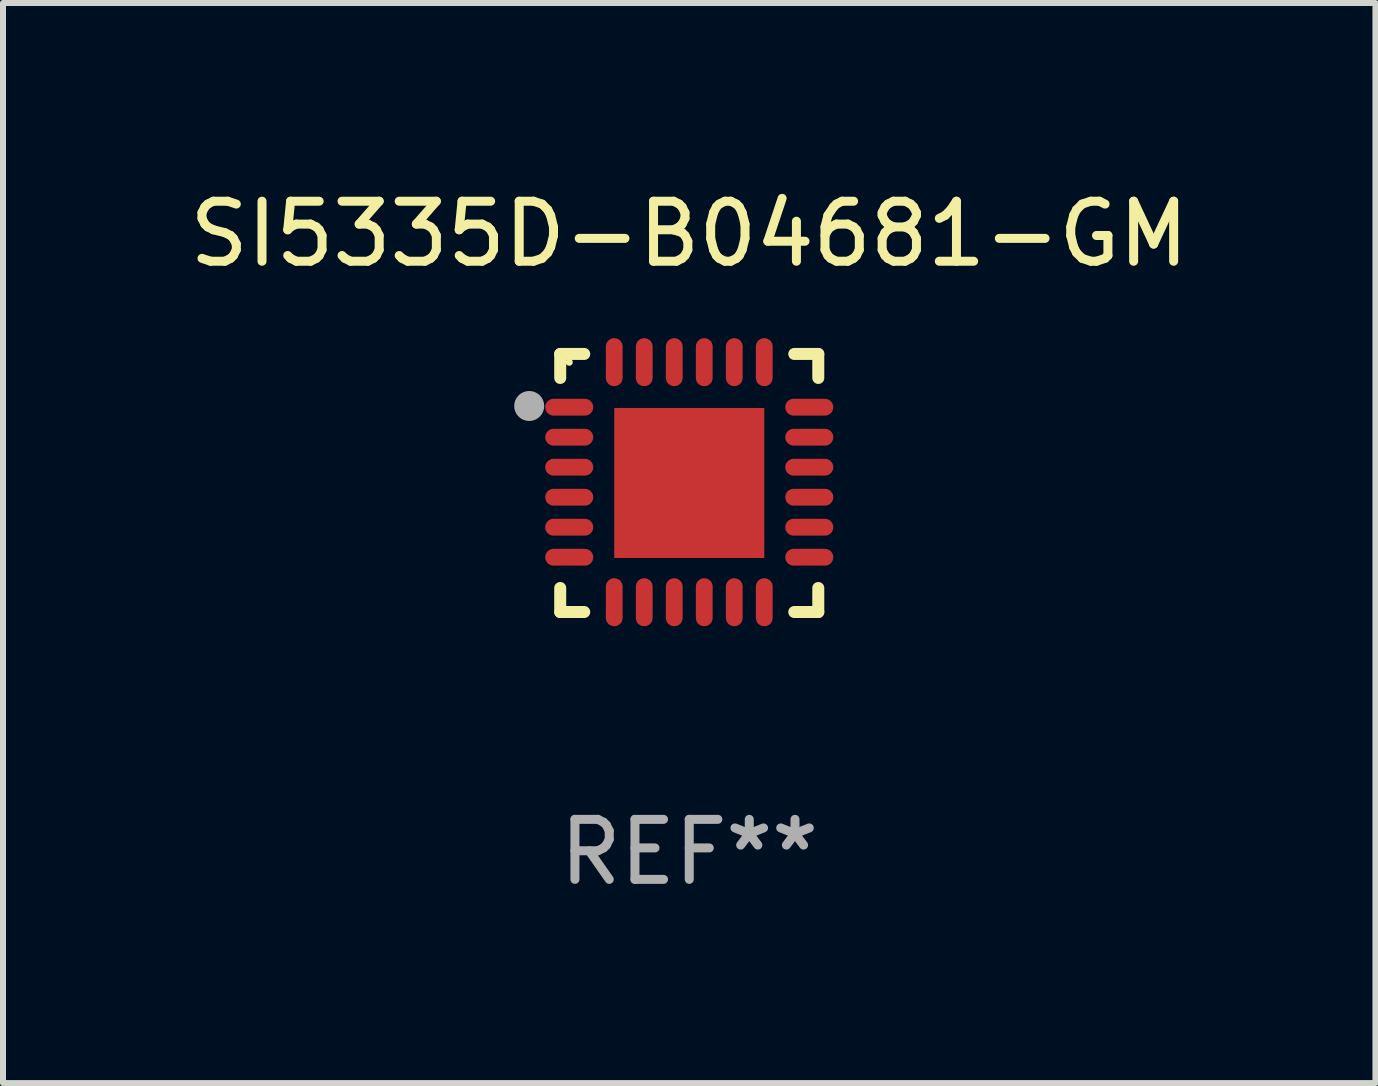
<source format=kicad_pcb>
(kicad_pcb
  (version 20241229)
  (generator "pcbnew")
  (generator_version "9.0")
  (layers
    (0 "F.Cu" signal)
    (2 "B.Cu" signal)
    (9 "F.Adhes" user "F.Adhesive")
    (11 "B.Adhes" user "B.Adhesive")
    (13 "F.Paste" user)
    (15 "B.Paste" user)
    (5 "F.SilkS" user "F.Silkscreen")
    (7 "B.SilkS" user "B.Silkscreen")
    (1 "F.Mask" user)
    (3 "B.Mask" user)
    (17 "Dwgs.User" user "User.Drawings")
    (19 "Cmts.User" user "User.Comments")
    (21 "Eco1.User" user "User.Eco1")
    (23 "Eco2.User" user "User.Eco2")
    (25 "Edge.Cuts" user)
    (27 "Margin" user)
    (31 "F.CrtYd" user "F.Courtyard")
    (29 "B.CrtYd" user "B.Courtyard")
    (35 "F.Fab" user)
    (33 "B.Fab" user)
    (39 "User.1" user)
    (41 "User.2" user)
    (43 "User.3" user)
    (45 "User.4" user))
  (footprint "SI5335D-B04681-GM"
    (layer "F.Cu")
    (at 8.435 4.998)
    (property "Reference" "SI5335D-B04681-GM" (at 0 -4.15 0) (layer "F.SilkS") (effects (font (size 1 1) (thickness 0.15))))
    (attr through_hole)
    (fp_line (start -2.15 -2.15) (end -1.75 -2.15) (stroke (width 0.2) (type solid)) (layer "F.SilkS"))
    (fp_line (start -2.15 -1.75) (end -2.15 -2.15) (stroke (width 0.2) (type solid)) (layer "F.SilkS"))
    (fp_line (start -2.15 2.15) (end -2.15 1.75) (stroke (width 0.2) (type solid)) (layer "F.SilkS"))
    (fp_line (start -1.75 2.15) (end -2.15 2.15) (stroke (width 0.2) (type solid)) (layer "F.SilkS"))
    (fp_line (start 1.75 -2.15) (end 2.15 -2.15) (stroke (width 0.2) (type solid)) (layer "F.SilkS"))
    (fp_line (start 1.75 2.15) (end 2.15 2.15) (stroke (width 0.2) (type solid)) (layer "F.SilkS"))
    (fp_line (start 2.15 -2.15) (end 2.15 -1.75) (stroke (width 0.2) (type solid)) (layer "F.SilkS"))
    (fp_line (start 2.15 2.15) (end 2.15 1.75) (stroke (width 0.2) (type solid)) (layer "F.SilkS"))
    (fp_circle (center -2 -2.013) (end -1.97 -2.013) (stroke (width 0.06) (type solid)) (fill no) (layer "F.SilkS"))
    (fp_circle (center -2.667 -1.283) (end -2.542 -1.283) (stroke (width 0.25) (type solid)) (fill no) (layer "F.Fab"))
    (fp_text user "REF**" (at 0 6.15 0) (layer "F.Fab") (effects (font (size 1 1) (thickness 0.15))))
    (pad "1" smd oval (at -2 -1.263) (size 0.8 0.28) (layers "F.Cu" "F.Mask" "F.Paste"))
    (pad "2" smd oval (at -2 -0.763) (size 0.8 0.28) (layers "F.Cu" "F.Mask" "F.Paste"))
    (pad "3" smd oval (at -2 -0.263) (size 0.8 0.28) (layers "F.Cu" "F.Mask" "F.Paste"))
    (pad "4" smd oval (at -2 0.237) (size 0.8 0.28) (layers "F.Cu" "F.Mask" "F.Paste"))
    (pad "5" smd oval (at -2 0.737) (size 0.8 0.28) (layers "F.Cu" "F.Mask" "F.Paste"))
    (pad "6" smd oval (at -2 1.237) (size 0.8 0.28) (layers "F.Cu" "F.Mask" "F.Paste"))
    (pad "7" smd oval (at -1.25 1.987) (size 0.28 0.8) (layers "F.Cu" "F.Mask" "F.Paste"))
    (pad "8" smd oval (at -0.75 1.987) (size 0.28 0.8) (layers "F.Cu" "F.Mask" "F.Paste"))
    (pad "9" smd oval (at -0.25 1.987) (size 0.28 0.8) (layers "F.Cu" "F.Mask" "F.Paste"))
    (pad "10" smd oval (at 0.25 1.987) (size 0.28 0.8) (layers "F.Cu" "F.Mask" "F.Paste"))
    (pad "11" smd oval (at 0.75 1.987) (size 0.28 0.8) (layers "F.Cu" "F.Mask" "F.Paste"))
    (pad "12" smd oval (at 1.25 1.987) (size 0.28 0.8) (layers "F.Cu" "F.Mask" "F.Paste"))
    (pad "13" smd oval (at 2 1.237) (size 0.8 0.28) (layers "F.Cu" "F.Mask" "F.Paste"))
    (pad "14" smd oval (at 2 0.737) (size 0.8 0.28) (layers "F.Cu" "F.Mask" "F.Paste"))
    (pad "15" smd oval (at 2 0.237) (size 0.8 0.28) (layers "F.Cu" "F.Mask" "F.Paste"))
    (pad "16" smd oval (at 2 -0.263) (size 0.8 0.28) (layers "F.Cu" "F.Mask" "F.Paste"))
    (pad "17" smd oval (at 2 -0.763) (size 0.8 0.28) (layers "F.Cu" "F.Mask" "F.Paste"))
    (pad "18" smd oval (at 2 -1.263) (size 0.8 0.28) (layers "F.Cu" "F.Mask" "F.Paste"))
    (pad "19" smd oval (at 1.25 -2.013) (size 0.28 0.8) (layers "F.Cu" "F.Mask" "F.Paste"))
    (pad "20" smd oval (at 0.75 -2.013) (size 0.28 0.8) (layers "F.Cu" "F.Mask" "F.Paste"))
    (pad "21" smd oval (at 0.25 -2.013) (size 0.28 0.8) (layers "F.Cu" "F.Mask" "F.Paste"))
    (pad "22" smd oval (at -0.25 -2.013) (size 0.28 0.8) (layers "F.Cu" "F.Mask" "F.Paste"))
    (pad "23" smd oval (at -0.75 -2.013) (size 0.28 0.8) (layers "F.Cu" "F.Mask" "F.Paste"))
    (pad "24" smd oval (at -1.25 -2.013) (size 0.28 0.8) (layers "F.Cu" "F.Mask" "F.Paste"))
    (pad "25" smd rect (at -0.000127 -0.00014) (size 2.5 2.5) (layers "F.Cu" "F.Mask" "F.Paste")))
  (gr_rect
    (start -3 -3)
    (end 19.869 14.997)
    (stroke (width 0.1) (type default))
    (fill no)
    (layer "Edge.Cuts")))
</source>
